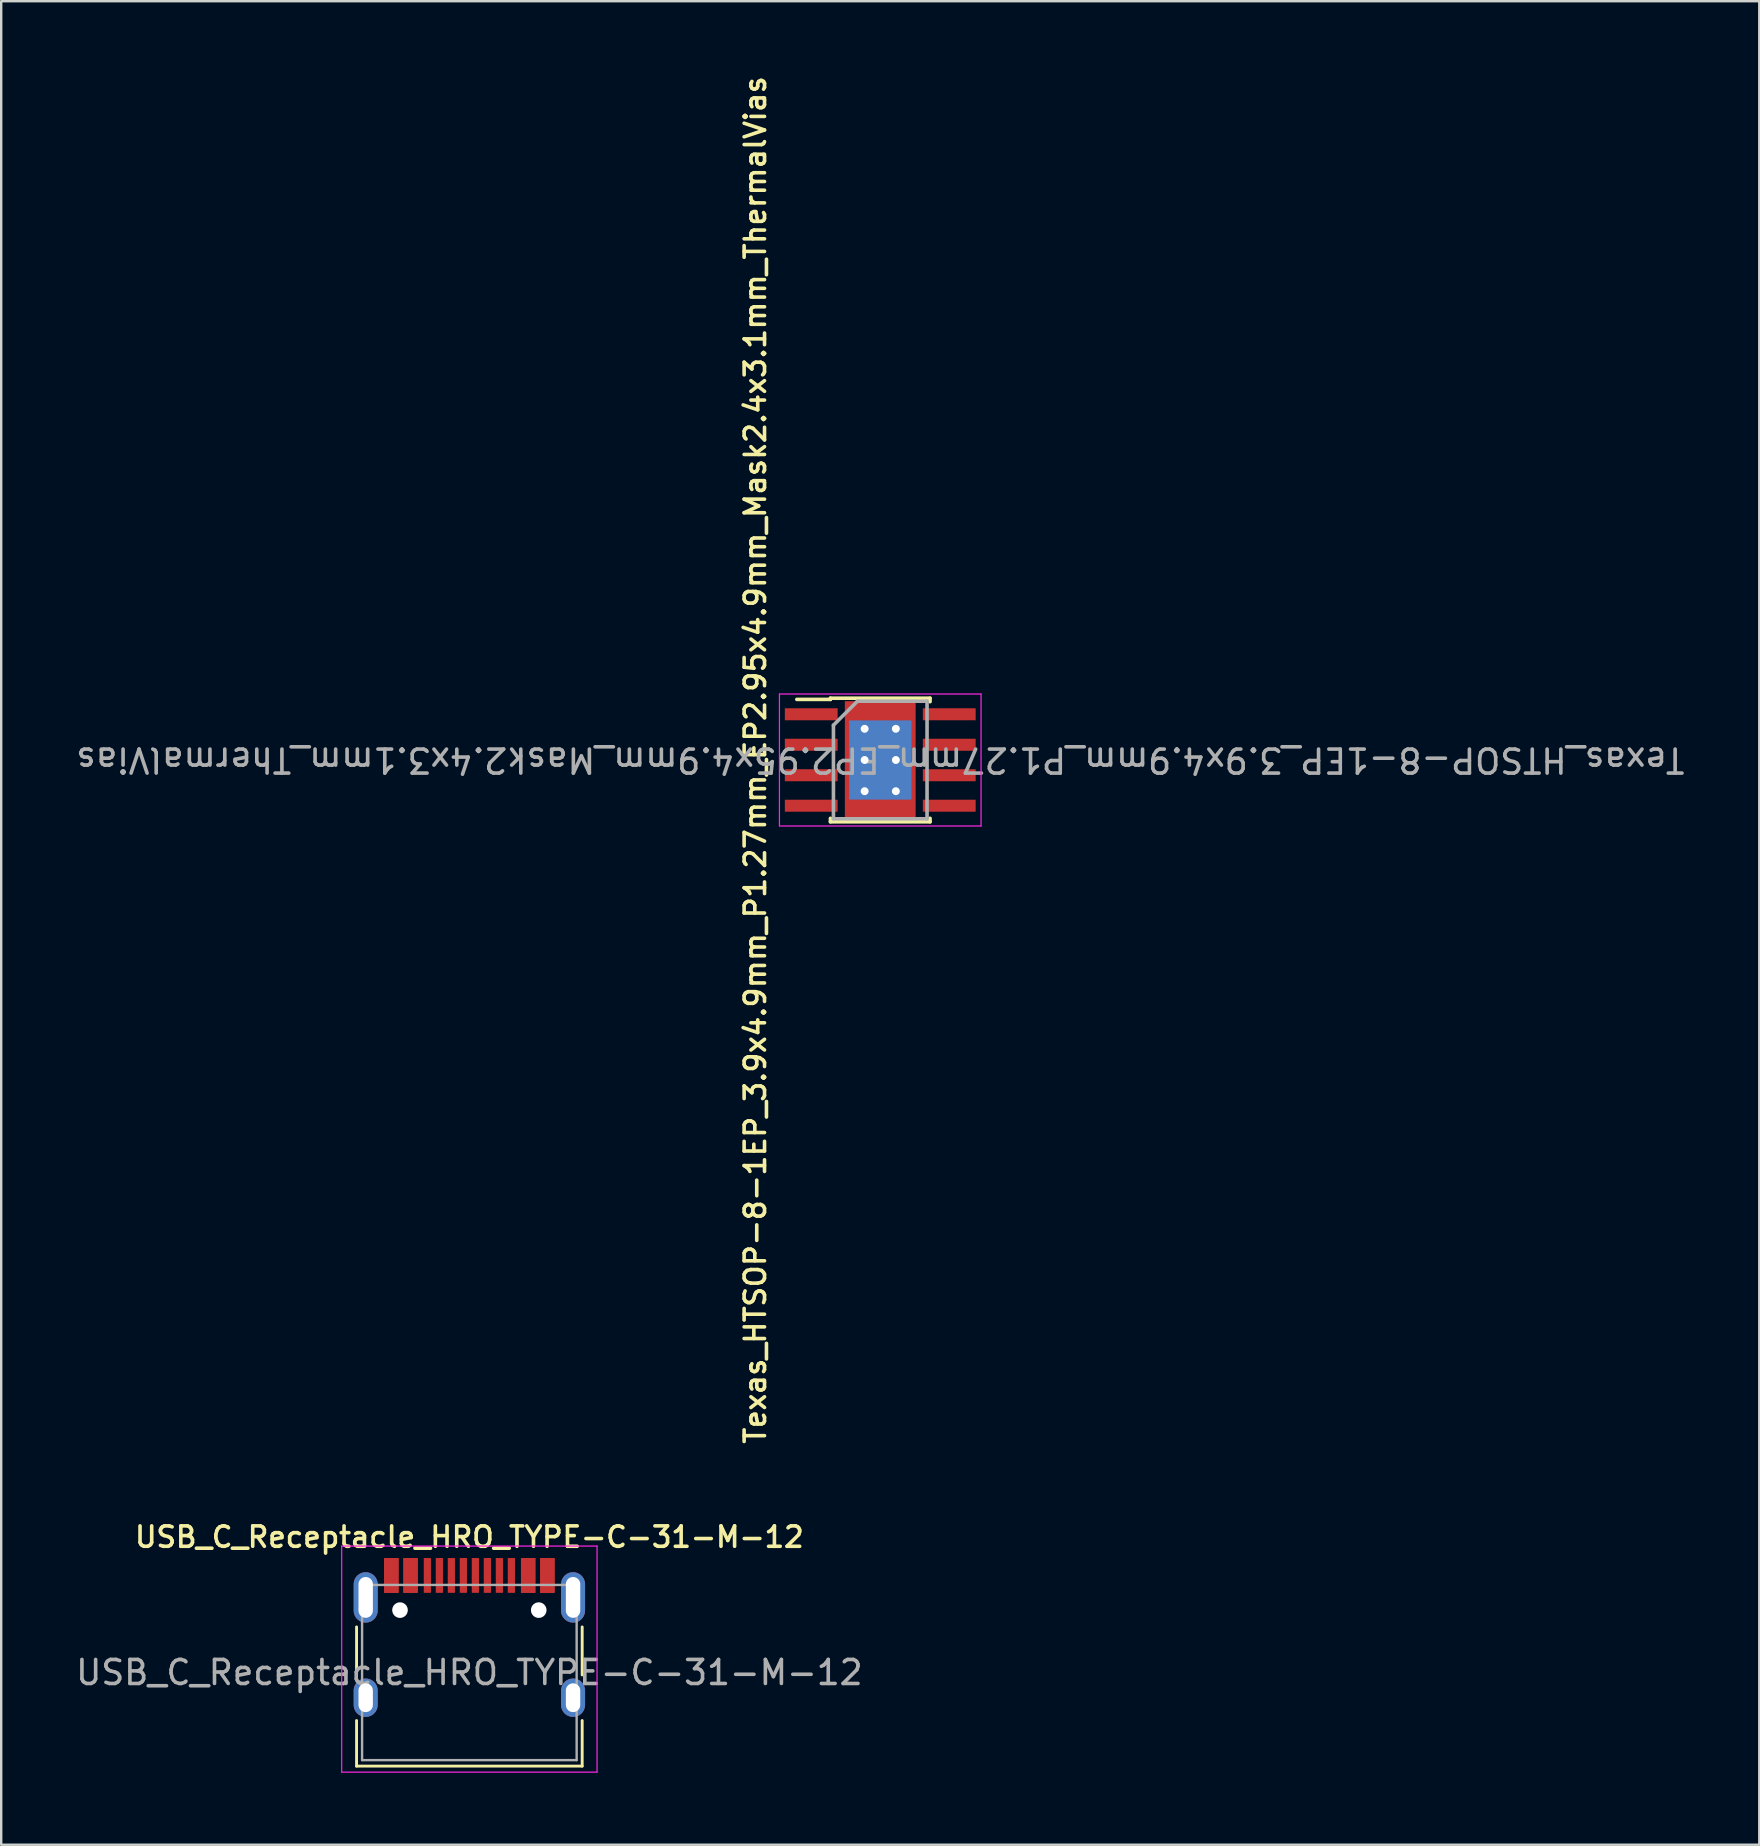
<source format=kicad_pcb>
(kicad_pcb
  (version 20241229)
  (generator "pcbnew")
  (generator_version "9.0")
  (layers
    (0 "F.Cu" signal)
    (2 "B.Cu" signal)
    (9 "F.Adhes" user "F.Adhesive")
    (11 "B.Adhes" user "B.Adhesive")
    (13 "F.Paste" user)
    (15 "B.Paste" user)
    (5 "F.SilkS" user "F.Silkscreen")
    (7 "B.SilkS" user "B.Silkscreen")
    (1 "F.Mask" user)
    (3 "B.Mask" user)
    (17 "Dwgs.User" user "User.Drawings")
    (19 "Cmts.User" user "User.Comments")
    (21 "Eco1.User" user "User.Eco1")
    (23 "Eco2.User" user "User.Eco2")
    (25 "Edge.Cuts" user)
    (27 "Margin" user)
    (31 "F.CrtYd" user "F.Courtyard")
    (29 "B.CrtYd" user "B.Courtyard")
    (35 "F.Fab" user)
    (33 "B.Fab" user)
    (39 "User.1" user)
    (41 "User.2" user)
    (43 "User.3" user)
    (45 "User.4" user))
  (footprint "Texas_HTSOP-8-1EP_3.9x4.9mm_P1.27mm_EP2.95x4.9mm_Mask2.4x3.1mm_ThermalVias"
    (layer "F.Cu")
    (at 33.625 28.615)
    (property "Reference" "Texas_HTSOP-8-1EP_3.9x4.9mm_P1.27mm_EP2.95x4.9mm_Mask2.4x3.1mm_ThermalVias" (at -5.207 0 90) (layer "F.SilkS") (effects (font (size 0.85 0.85) (thickness 0.15))))
    (attr smd)
    (fp_line (start -2.075 -2.575) (end -2.075 -2.525) (stroke (width 0.15) (type solid)) (layer "F.SilkS"))
    (fp_line (start -2.075 -2.575) (end 2.075 -2.575) (stroke (width 0.15) (type solid)) (layer "F.SilkS"))
    (fp_line (start -2.075 -2.525) (end -3.475 -2.525) (stroke (width 0.15) (type solid)) (layer "F.SilkS"))
    (fp_line (start -2.075 2.575) (end -2.075 2.43) (stroke (width 0.15) (type solid)) (layer "F.SilkS"))
    (fp_line (start -2.075 2.575) (end 2.075 2.575) (stroke (width 0.15) (type solid)) (layer "F.SilkS"))
    (fp_line (start 2.075 -2.575) (end 2.075 -2.43) (stroke (width 0.15) (type solid)) (layer "F.SilkS"))
    (fp_line (start 2.075 2.575) (end 2.075 2.43) (stroke (width 0.15) (type solid)) (layer "F.SilkS"))
    (fp_line (start -4.2 -2.75) (end -4.2 2.75) (stroke (width 0.05) (type solid)) (layer "F.CrtYd"))
    (fp_line (start -4.2 -2.75) (end 4.2 -2.75) (stroke (width 0.05) (type solid)) (layer "F.CrtYd"))
    (fp_line (start -4.2 2.75) (end 4.2 2.75) (stroke (width 0.05) (type solid)) (layer "F.CrtYd"))
    (fp_line (start 4.2 -2.75) (end 4.2 2.75) (stroke (width 0.05) (type solid)) (layer "F.CrtYd"))
    (fp_line (start -1.95 -1.45) (end -0.95 -2.45) (stroke (width 0.15) (type solid)) (layer "F.Fab"))
    (fp_line (start -1.95 2.45) (end -1.95 -1.45) (stroke (width 0.15) (type solid)) (layer "F.Fab"))
    (fp_line (start -0.95 -2.45) (end 1.95 -2.45) (stroke (width 0.15) (type solid)) (layer "F.Fab"))
    (fp_line (start 1.95 -2.45) (end 1.95 2.45) (stroke (width 0.15) (type solid)) (layer "F.Fab"))
    (fp_line (start 1.95 2.45) (end -1.95 2.45) (stroke (width 0.15) (type solid)) (layer "F.Fab"))
    (fp_text user "${REFERENCE}" (at 0 0 180) (unlocked yes) (layer "F.Fab") (effects (font (size 1 1) (thickness 0.15))))
    (pad "" smd rect (at 0 0 180) (size 2.4 3.1) (layers "F.Mask"))
    (pad "" smd rect (at 0 0 180) (size 2.4 3.1) (layers "F.Paste"))
    (pad "1" smd rect (at -2.875 -1.905 180) (size 2.2 0.5) (layers "F.Cu" "F.Mask" "F.Paste"))
    (pad "2" smd rect (at -2.875 -0.635 180) (size 2.2 0.5) (layers "F.Cu" "F.Mask" "F.Paste"))
    (pad "3" smd rect (at -2.875 0.635 180) (size 2.2 0.5) (layers "F.Cu" "F.Mask" "F.Paste"))
    (pad "4" smd rect (at -2.875 1.905 180) (size 2.2 0.5) (layers "F.Cu" "F.Mask" "F.Paste"))
    (pad "5" smd rect (at 2.875 1.905 180) (size 2.2 0.5) (layers "F.Cu" "F.Mask" "F.Paste"))
    (pad "6" smd rect (at 2.875 0.635 180) (size 2.2 0.5) (layers "F.Cu" "F.Mask" "F.Paste"))
    (pad "7" smd rect (at 2.875 -0.635 180) (size 2.2 0.5) (layers "F.Cu" "F.Mask" "F.Paste"))
    (pad "8" smd rect (at 2.875 -1.905 180) (size 2.2 0.5) (layers "F.Cu" "F.Mask" "F.Paste"))
    (pad "9" thru_hole circle (at -0.65 -1.3 180) (size 0.63 0.63) (drill 0.33) (layers "*.Cu" "*.Mask"))
    (pad "9" thru_hole circle (at -0.65 0 180) (size 0.63 0.63) (drill 0.33) (layers "*.Cu" "*.Mask"))
    (pad "9" thru_hole circle (at -0.65 1.3 180) (size 0.63 0.63) (drill 0.33) (layers "*.Cu" "*.Mask"))
    (pad "9" smd rect (at 0 0 180) (size 2.6 3.3) (layers "B.Cu"))
    (pad "9" smd rect (at 0 0 180) (size 2.95 4.9) (layers "F.Cu"))
    (pad "9" thru_hole circle (at 0.65 -1.3 180) (size 0.63 0.63) (drill 0.33) (layers "*.Cu" "*.Mask"))
    (pad "9" thru_hole circle (at 0.65 0 180) (size 0.63 0.63) (drill 0.33) (layers "*.Cu" "*.Mask"))
    (pad "9" thru_hole circle (at 0.65 1.3 180) (size 0.63 0.63) (drill 0.33) (layers "*.Cu" "*.Mask")))
  (footprint "USB_C_Receptacle_HRO_TYPE-C-31-M-12"
    (layer "F.Cu")
    (at 16.506 66.635)
    (property "Reference" "USB_C_Receptacle_HRO_TYPE-C-31-M-12" (at 0 -5.645 180) (layer "F.SilkS") (effects (font (size 0.85 0.85) (thickness 0.15))))
    (attr smd)
    (fp_line (start -4.7 -1.9) (end -4.7 0.1) (stroke (width 0.12) (type solid)) (layer "F.SilkS"))
    (fp_line (start -4.7 2) (end -4.7 3.9) (stroke (width 0.12) (type solid)) (layer "F.SilkS"))
    (fp_line (start -4.7 3.9) (end 4.7 3.9) (stroke (width 0.12) (type solid)) (layer "F.SilkS"))
    (fp_line (start 4.7 -1.9) (end 4.7 0.1) (stroke (width 0.12) (type solid)) (layer "F.SilkS"))
    (fp_line (start 4.7 2) (end 4.7 3.9) (stroke (width 0.12) (type solid)) (layer "F.SilkS"))
    (fp_line (start -5.32 -5.27) (end -5.32 4.15) (stroke (width 0.05) (type solid)) (layer "F.CrtYd"))
    (fp_line (start -5.32 -5.27) (end 5.32 -5.27) (stroke (width 0.05) (type solid)) (layer "F.CrtYd"))
    (fp_line (start -5.32 4.15) (end 5.32 4.15) (stroke (width 0.05) (type solid)) (layer "F.CrtYd"))
    (fp_line (start 5.32 -5.27) (end 5.32 4.15) (stroke (width 0.05) (type solid)) (layer "F.CrtYd"))
    (fp_line (start -4.47 -3.65) (end -4.47 3.65) (stroke (width 0.1) (type solid)) (layer "F.Fab"))
    (fp_line (start -4.47 -3.65) (end 4.47 -3.65) (stroke (width 0.1) (type solid)) (layer "F.Fab"))
    (fp_line (start -4.47 3.65) (end 4.47 3.65) (stroke (width 0.1) (type solid)) (layer "F.Fab"))
    (fp_line (start 4.47 -3.65) (end 4.47 3.65) (stroke (width 0.1) (type solid)) (layer "F.Fab"))
    (fp_text user "${REFERENCE}" (at 0 0 180) (layer "F.Fab") (effects (font (size 1 1) (thickness 0.15))))
    (pad "" np_thru_hole circle (at -2.89 -2.6) (size 0.65 0.65) (drill 0.65) (layers "*.Cu" "*.Mask"))
    (pad "" np_thru_hole circle (at 2.89 -2.6) (size 0.65 0.65) (drill 0.65) (layers "*.Cu" "*.Mask"))
    (pad "A1" smd rect (at -3.25 -4.045) (size 0.6 1.45) (layers "F.Cu" "F.Mask" "F.Paste"))
    (pad "A4" smd rect (at -2.45 -4.045) (size 0.6 1.45) (layers "F.Cu" "F.Mask" "F.Paste"))
    (pad "A5" smd rect (at -1.25 -4.045) (size 0.3 1.45) (layers "F.Cu" "F.Mask" "F.Paste"))
    (pad "A6" smd rect (at -0.25 -4.045) (size 0.3 1.45) (layers "F.Cu" "F.Mask" "F.Paste"))
    (pad "A7" smd rect (at 0.25 -4.045) (size 0.3 1.45) (layers "F.Cu" "F.Mask" "F.Paste"))
    (pad "A8" smd rect (at 1.25 -4.045) (size 0.3 1.45) (layers "F.Cu" "F.Mask" "F.Paste"))
    (pad "A9" smd rect (at 2.45 -4.045) (size 0.6 1.45) (layers "F.Cu" "F.Mask" "F.Paste"))
    (pad "A12" smd rect (at 3.25 -4.045) (size 0.6 1.45) (layers "F.Cu" "F.Mask" "F.Paste"))
    (pad "B1" smd rect (at 3.25 -4.045) (size 0.6 1.45) (layers "F.Cu" "F.Mask" "F.Paste"))
    (pad "B4" smd rect (at 2.45 -4.045) (size 0.6 1.45) (layers "F.Cu" "F.Mask" "F.Paste"))
    (pad "B5" smd rect (at 1.75 -4.045) (size 0.3 1.45) (layers "F.Cu" "F.Mask" "F.Paste"))
    (pad "B6" smd rect (at 0.75 -4.045) (size 0.3 1.45) (layers "F.Cu" "F.Mask" "F.Paste"))
    (pad "B7" smd rect (at -0.75 -4.045) (size 0.3 1.45) (layers "F.Cu" "F.Mask" "F.Paste"))
    (pad "B8" smd rect (at -1.75 -4.045) (size 0.3 1.45) (layers "F.Cu" "F.Mask" "F.Paste"))
    (pad "B9" smd rect (at -2.45 -4.045) (size 0.6 1.45) (layers "F.Cu" "F.Mask" "F.Paste"))
    (pad "B12" smd rect (at -3.25 -4.045) (size 0.6 1.45) (layers "F.Cu" "F.Mask" "F.Paste"))
    (pad "S1" thru_hole oval (at -4.32 -3.13) (size 1 2.1) (drill oval 0.6 1.7) (layers "*.Cu" "*.Mask"))
    (pad "S1" thru_hole oval (at -4.32 1.05) (size 1 1.6) (drill oval 0.6 1.2) (layers "*.Cu" "*.Mask"))
    (pad "S1" thru_hole oval (at 4.32 -3.13) (size 1 2.1) (drill oval 0.6 1.7) (layers "*.Cu" "*.Mask"))
    (pad "S1" thru_hole oval (at 4.32 1.05) (size 1 1.6) (drill oval 0.6 1.2) (layers "*.Cu" "*.Mask")))
  (gr_rect
    (start -3 -3)
    (end 70.25 73.811)
    (stroke (width 0.1) (type default))
    (fill no)
    (layer "Edge.Cuts")))
</source>
